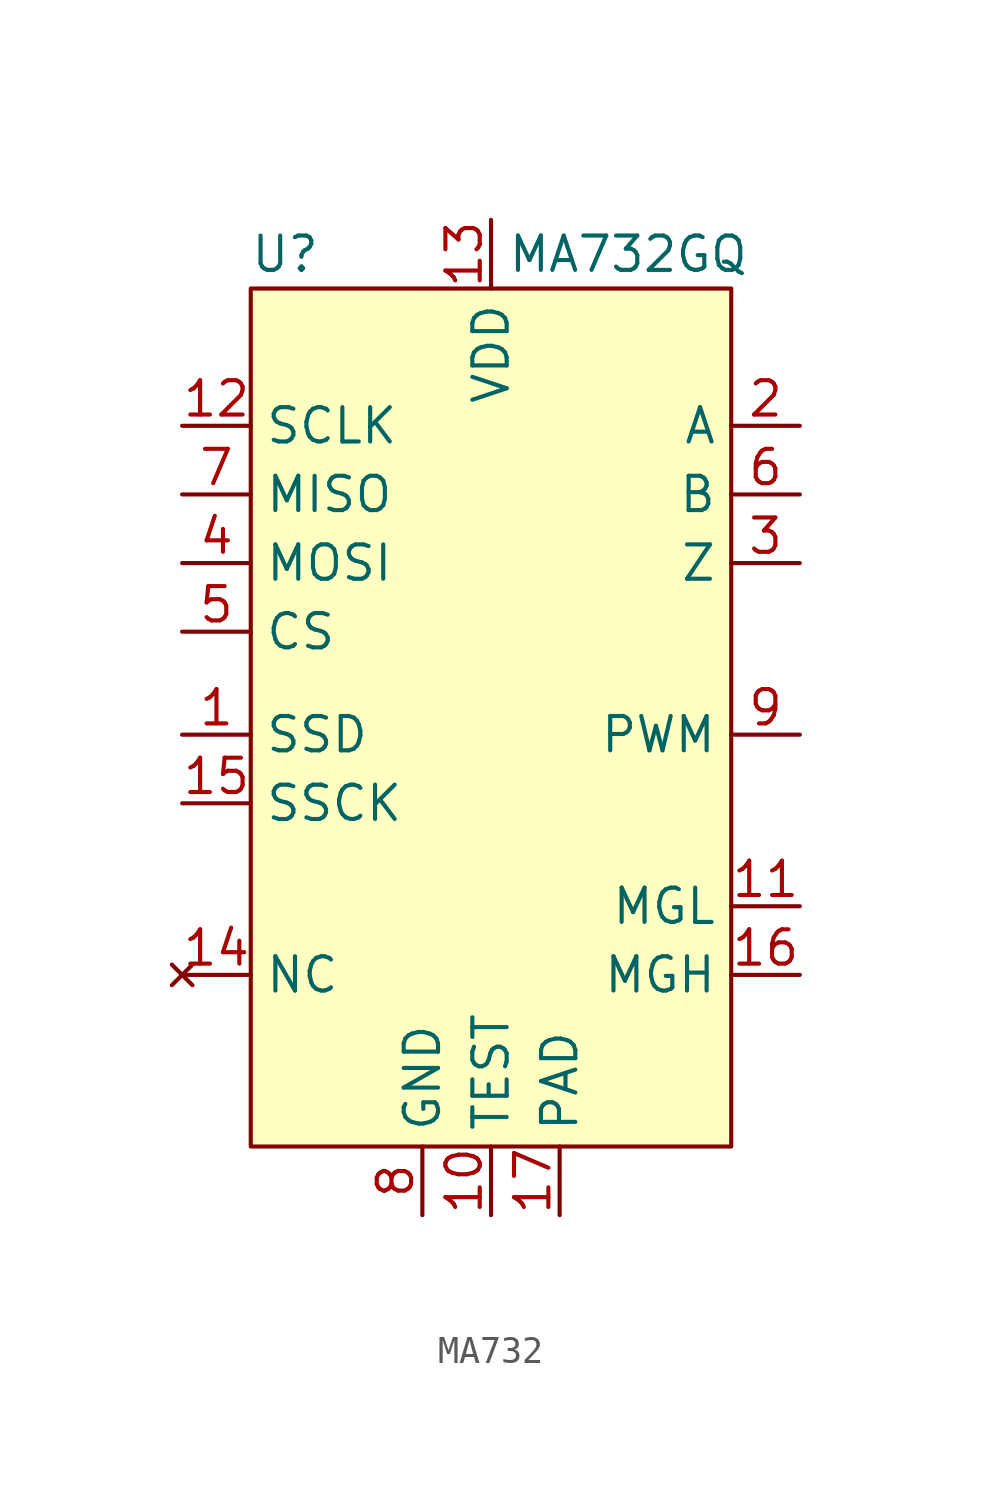
<source format=kicad_sym>
(kicad_symbol_lib
  (version 20220914)
  (generator kicad_symbol_editor)
  (symbol "MA732"
    (property "Reference" "U"
      (at -7.62 33.02 0)
      (effects (font (size 1.27 1.27))))
    (property "Value" "MA732GQ"
      (at 5.08 33.02 0)
      (effects (font (size 1.27 1.27))))
    (symbol "MA732_1_1"
      (rectangle (start -8.89 31.75) (end 8.89 0) (stroke (width 0) (type default)) (fill (type background)))
      (pin output line (at -11.43 15.24 0) (length 2.54) (name "SSD" (effects (font (size 1.27 1.27)))) (number "1" (effects (font (size 1.27 1.27)))))
      (pin passive line (at 0 -2.54 90) (length 2.54) (name "TEST" (effects (font (size 1.27 1.27)))) (number "10" (effects (font (size 1.27 1.27)))))
      (pin output line (at 11.43 8.89 180) (length 2.54) (name "MGL" (effects (font (size 1.27 1.27)))) (number "11" (effects (font (size 1.27 1.27)))))
      (pin input line (at -11.43 26.67 0) (length 2.54) (name "SCLK" (effects (font (size 1.27 1.27)))) (number "12" (effects (font (size 1.27 1.27)))))
      (pin power_in line (at 0 34.29 270) (length 2.54) (name "VDD" (effects (font (size 1.27 1.27)))) (number "13" (effects (font (size 1.27 1.27)))))
      (pin no_connect line (at -11.43 6.35 0) (length 2.54) (name "NC" (effects (font (size 1.27 1.27)))) (number "14" (effects (font (size 1.27 1.27)))))
      (pin input line (at -11.43 12.7 0) (length 2.54) (name "SSCK" (effects (font (size 1.27 1.27)))) (number "15" (effects (font (size 1.27 1.27)))))
      (pin output line (at 11.43 6.35 180) (length 2.54) (name "MGH" (effects (font (size 1.27 1.27)))) (number "16" (effects (font (size 1.27 1.27)))))
      (pin passive line (at 2.54 -2.54 90) (length 2.54) (name "PAD" (effects (font (size 1.27 1.27)))) (number "17" (effects (font (size 1.27 1.27)))))
      (pin output line (at 11.43 26.67 180) (length 2.54) (name "A" (effects (font (size 1.27 1.27)))) (number "2" (effects (font (size 1.27 1.27)))))
      (pin output line (at 11.43 21.59 180) (length 2.54) (name "Z" (effects (font (size 1.27 1.27)))) (number "3" (effects (font (size 1.27 1.27)))))
      (pin input line (at -11.43 21.59 0) (length 2.54) (name "MOSI" (effects (font (size 1.27 1.27)))) (number "4" (effects (font (size 1.27 1.27)))))
      (pin input line (at -11.43 19.05 0) (length 2.54) (name "CS" (effects (font (size 1.27 1.27)))) (number "5" (effects (font (size 1.27 1.27)))))
      (pin output line (at 11.43 24.13 180) (length 2.54) (name "B" (effects (font (size 1.27 1.27)))) (number "6" (effects (font (size 1.27 1.27)))))
      (pin output line (at -11.43 24.13 0) (length 2.54) (name "MISO" (effects (font (size 1.27 1.27)))) (number "7" (effects (font (size 1.27 1.27)))))
      (pin power_in line (at -2.54 -2.54 90) (length 2.54) (name "GND" (effects (font (size 1.27 1.27)))) (number "8" (effects (font (size 1.27 1.27)))))
      (pin output line (at 11.43 15.24 180) (length 2.54) (name "PWM" (effects (font (size 1.27 1.27)))) (number "9" (effects (font (size 1.27 1.27))))))))
</source>
